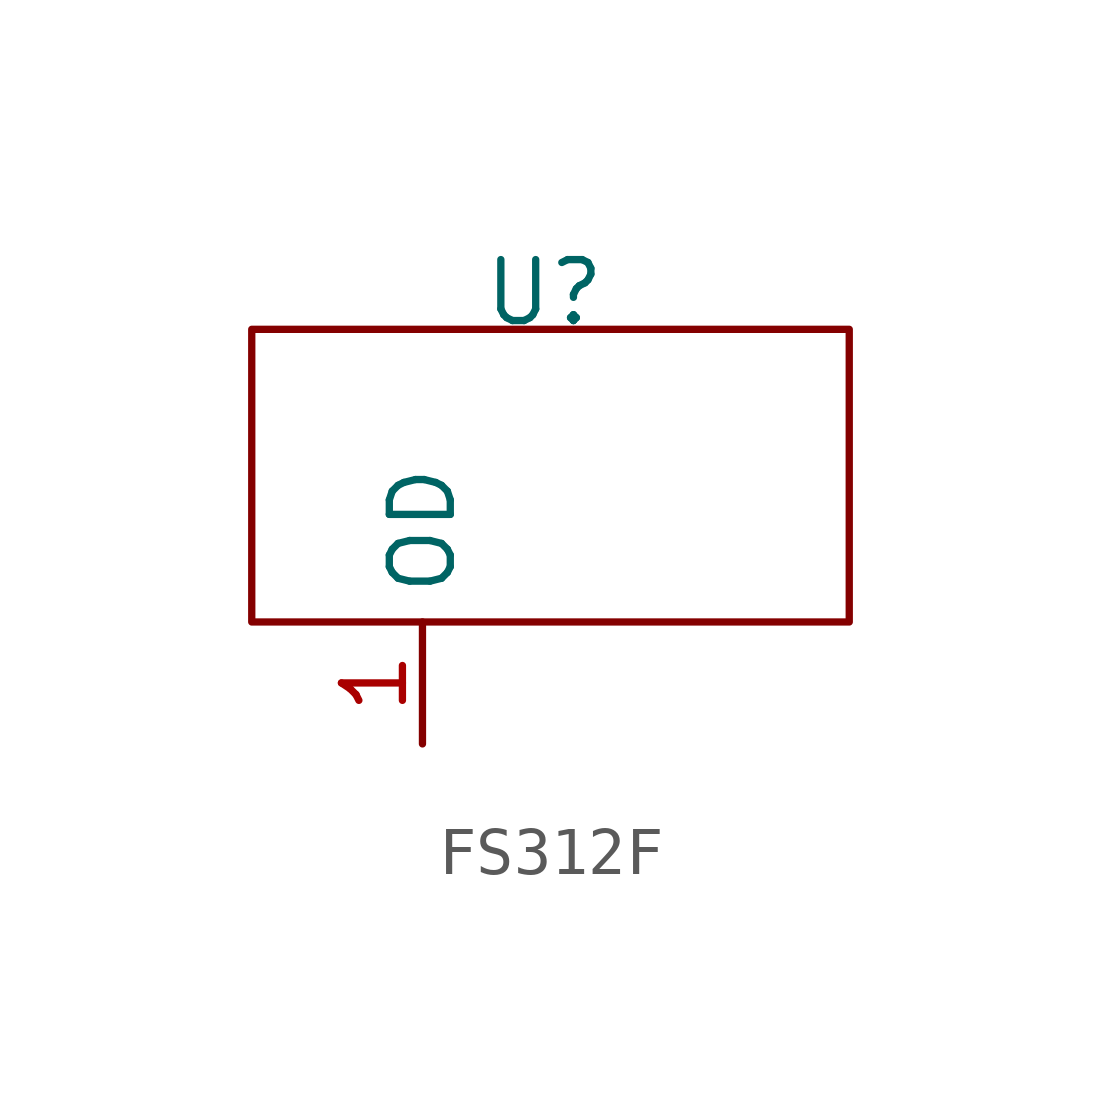
<source format=kicad_sym>
(kicad_symbol_lib
  (version 20220914)
  (generator kicad_symbol_editor)
  (symbol "FS312F"
    (property "Reference" "U"
      (at 0 0 0)
      (effects (font (size 1.27 1.27))))
    (property "Value" ""
      (at 0 0 0)
      (effects (font (size 1.27 1.27))))
    (symbol "FS312F_0_1"
      (rectangle (start -6.096 -0.762) (end 6.35 -6.858) (stroke (width 0) (type default)) (fill (type none))))
    (symbol "FS312F_1_1"
      (pin output line (at -2.54 -9.398 90) (length 2.54) (name "OD" (effects (font (size 1.27 1.27)))) (number "1" (effects (font (size 1.27 1.27))))))))
</source>
